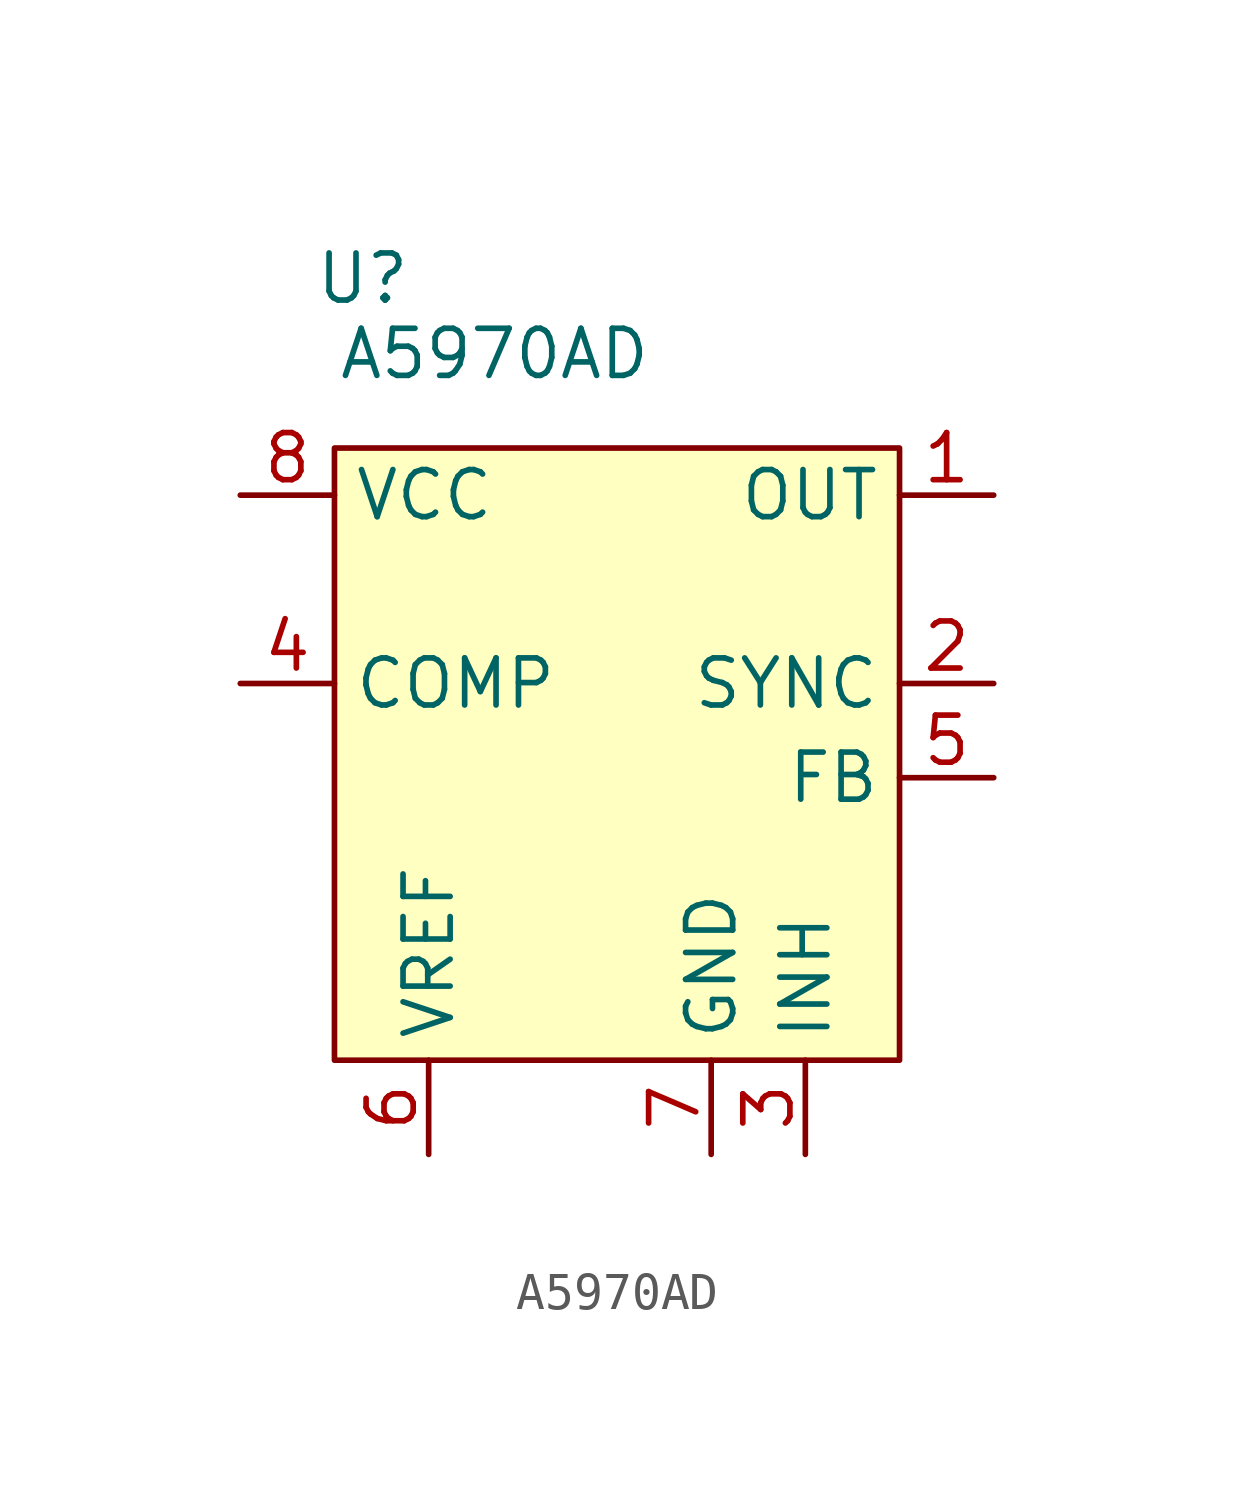
<source format=kicad_sym>
(kicad_symbol_lib
  (version 20231120)
  (generator "kicad_symbol_editor")
  (generator_version "8.0")
  (symbol "A5970AD"
    (property "Reference" "U"
      (at -6.858 12.192 0)
      (effects (font (size 1.27 1.27))))
    (property "Value" "A5970AD"
      (at -3.302 10.16 0)
      (effects (font (size 1.27 1.27))))
    (symbol "A5970AD_1_1"
      (rectangle (start -7.62 7.62) (end 7.62 -8.89) (stroke (width 0) (type default)) (fill (type background)))
      (pin power_out line (at 10.16 6.35 180) (length 2.54) (name "OUT" (effects (font (size 1.27 1.27)))) (number "1" (effects (font (size 1.27 1.27)))))
      (pin bidirectional line (at 10.16 1.27 180) (length 2.54) (name "SYNC" (effects (font (size 1.27 1.27)))) (number "2" (effects (font (size 1.27 1.27)))))
      (pin input line (at 5.08 -11.43 90) (length 2.54) (name "INH" (effects (font (size 1.27 1.27)))) (number "3" (effects (font (size 1.27 1.27)))))
      (pin output line (at -10.16 1.27 0) (length 2.54) (name "COMP" (effects (font (size 1.27 1.27)))) (number "4" (effects (font (size 1.27 1.27)))))
      (pin input line (at 10.16 -1.27 180) (length 2.54) (name "FB" (effects (font (size 1.27 1.27)))) (number "5" (effects (font (size 1.27 1.27)))))
      (pin output line (at -5.08 -11.43 90) (length 2.54) (name "VREF" (effects (font (size 1.27 1.27)))) (number "6" (effects (font (size 1.27 1.27)))))
      (pin power_in line (at 2.54 -11.43 90) (length 2.54) (name "GND" (effects (font (size 1.27 1.27)))) (number "7" (effects (font (size 1.27 1.27)))))
      (pin power_in line (at -10.16 6.35 0) (length 2.54) (name "VCC" (effects (font (size 1.27 1.27)))) (number "8" (effects (font (size 1.27 1.27))))))))
</source>
